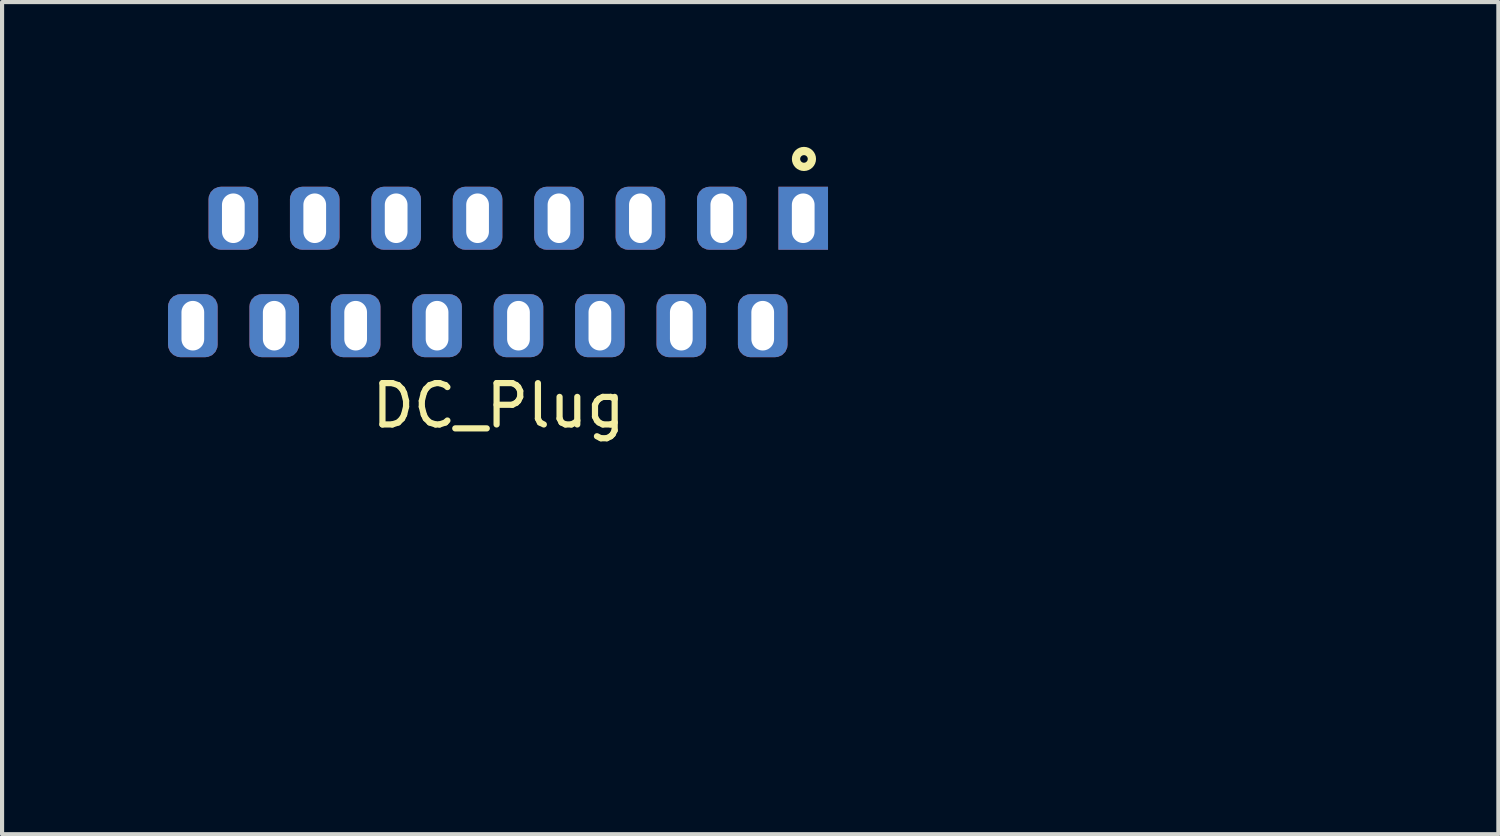
<source format=kicad_pcb>
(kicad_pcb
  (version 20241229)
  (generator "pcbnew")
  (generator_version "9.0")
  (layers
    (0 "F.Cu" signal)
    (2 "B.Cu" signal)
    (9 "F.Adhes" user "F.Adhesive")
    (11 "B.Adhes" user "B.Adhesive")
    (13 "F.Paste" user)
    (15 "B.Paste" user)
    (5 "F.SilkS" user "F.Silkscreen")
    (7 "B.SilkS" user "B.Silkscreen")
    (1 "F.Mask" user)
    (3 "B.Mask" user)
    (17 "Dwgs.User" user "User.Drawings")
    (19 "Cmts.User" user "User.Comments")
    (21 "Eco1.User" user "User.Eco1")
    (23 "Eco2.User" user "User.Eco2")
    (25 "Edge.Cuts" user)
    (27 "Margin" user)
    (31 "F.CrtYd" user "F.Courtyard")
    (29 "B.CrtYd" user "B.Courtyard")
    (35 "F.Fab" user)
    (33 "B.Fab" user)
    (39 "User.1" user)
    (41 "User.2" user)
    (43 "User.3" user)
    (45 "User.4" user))
  (footprint "DC_Plug"
    (layer "F.Cu")
    (at 9.024 3.566)
    (property "Reference" "DC_Plug" (at -0.01 3.2 0) (unlocked yes) (layer "F.SilkS") (effects (font (size 1 1) (thickness 0.15))))
    (attr through_hole)
    (fp_circle (center 7.38 -2.77) (end 7.472 -2.77) (stroke (width 0.2) (type solid)) (fill no) (layer "F.SilkS"))
    (fp_poly (pts (xy 9.92 0.199) (xy 8.928 0.199) (xy 8.928 -1.079) (xy 7.55 -1.079) (xy 7.18 -1.079) (xy 5.583 -1.079) (xy 5.213 -1.079) (xy 3.616 -1.079) (xy 3.23 -1.079) (xy 1.65 -1.079) (xy 1.263 -1.079) (xy -0.317 -1.079) (xy -0.704 -1.079) (xy -2.301 -1.079) (xy -2.671 -1.079) (xy -4.267 -1.079) (xy -4.637 -1.079) (xy -6.234 -1.079) (xy -6.604 -1.079) (xy -6.604 -1.6) (xy -6.234 -1.6) (xy -6.234 -1.079) (xy -4.637 -1.079) (xy -4.637 -1.6) (xy -4.267 -1.6) (xy -4.267 -1.079) (xy -2.671 -1.079) (xy -2.671 -1.6) (xy -2.301 -1.6) (xy -2.301 -1.079) (xy -0.704 -1.079) (xy -0.704 -1.6) (xy -0.317 -1.6) (xy -0.317 -1.079) (xy 1.263 -1.079) (xy 1.263 -1.6) (xy 1.65 -1.6) (xy 1.65 -1.079) (xy 3.23 -1.079) (xy 3.23 -1.6) (xy 3.616 -1.6) (xy 3.616 -1.079) (xy 5.213 -1.079) (xy 5.213 -1.6) (xy 5.583 -1.6) (xy 5.583 -1.079) (xy 7.18 -1.079) (xy 7.18 -1.6) (xy 7.55 -1.6) (xy 7.55 -1.079) (xy 8.928 -1.079) (xy 8.928 -3.516) (xy -8.974 -3.516) (xy -8.974 10.52) (xy 21.133 10.52) (xy 21.133 9.721) (xy 19.013 9.721) (xy 18.996 9.806) (xy 18.985 9.831) (xy 18.938 9.89) (xy 18.871 9.93) (xy 18.794 9.947) (xy 18.714 9.941) (xy 18.643 9.91) (xy 18.583 9.852) (xy 18.548 9.78) (xy 18.544 9.742) (xy 16.475 9.742) (xy 16.448 9.826) (xy 16.445 9.83) (xy 16.395 9.89) (xy 16.326 9.93) (xy 16.246 9.947) (xy 16.166 9.939) (xy 16.111 9.916) (xy 16.045 9.859) (xy 16.008 9.789) (xy 15.999 9.715) (xy 16 9.713) (xy 13.938 9.713) (xy 13.923 9.795) (xy 13.882 9.863) (xy 13.822 9.913) (xy 13.748 9.943) (xy 13.668 9.949) (xy 13.588 9.925) (xy 13.585 9.924) (xy 13.516 9.871) (xy 13.472 9.8) (xy 13.462 9.743) (xy 11.396 9.743) (xy 11.369 9.825) (xy 11.319 9.889) (xy 11.25 9.931) (xy 11.171 9.949) (xy 11.09 9.94) (xy 11.035 9.916) (xy 10.966 9.856) (xy 10.926 9.783) (xy 10.919 9.708) (xy 8.861 9.708) (xy 8.848 9.779) (xy 8.815 9.848) (xy 8.769 9.902) (xy 8.742 9.921) (xy 8.667 9.944) (xy 8.585 9.944) (xy 8.509 9.923) (xy 8.458 9.89) (xy 8.406 9.82) (xy 8.381 9.742) (xy 8.382 9.671) (xy 6.315 9.671) (xy 6.314 9.757) (xy 6.284 9.832) (xy 6.233 9.89) (xy 6.166 9.93) (xy 6.087 9.947) (xy 6.002 9.937) (xy 5.958 9.92) (xy 5.905 9.879) (xy 5.864 9.817) (xy 5.839 9.744) (xy 5.839 9.742) (xy 3.779 9.742) (xy 3.75 9.826) (xy 3.698 9.889) (xy 3.628 9.931) (xy 3.547 9.948) (xy 3.461 9.936) (xy 3.421 9.921) (xy 3.362 9.876) (xy 3.322 9.81) (xy 3.302 9.733) (xy 3.303 9.694) (xy 1.238 9.694) (xy 1.231 9.774) (xy 1.202 9.844) (xy 1.147 9.901) (xy 1.073 9.936) (xy 0.991 9.947) (xy 0.909 9.932) (xy 0.877 9.918) (xy 0.815 9.866) (xy 0.775 9.797) (xy 0.762 9.726) (xy -1.304 9.726) (xy -1.314 9.797) (xy -1.332 9.838) (xy -1.391 9.899) (xy -1.466 9.936) (xy -1.551 9.947) (xy -1.635 9.93) (xy -1.661 9.918) (xy -1.722 9.868) (xy -1.761 9.801) (xy -1.777 9.725) (xy -1.775 9.702) (xy -3.843 9.702) (xy -3.856 9.791) (xy -3.895 9.863) (xy -3.954 9.915) (xy -4.029 9.943) (xy -4.115 9.946) (xy -4.192 9.924) (xy -4.254 9.882) (xy -4.295 9.821) (xy -4.315 9.747) (xy -4.314 9.704) (xy -6.386 9.704) (xy -6.399 9.797) (xy -6.439 9.87) (xy -6.501 9.921) (xy -6.583 9.946) (xy -6.621 9.948) (xy -6.694 9.939) (xy -6.75 9.916) (xy -6.809 9.862) (xy -6.844 9.792) (xy -6.856 9.713) (xy -6.844 9.634) (xy -6.809 9.562) (xy -6.751 9.504) (xy -6.748 9.502) (xy -6.704 9.484) (xy -6.645 9.474) (xy -6.625 9.473) (xy -6.533 9.485) (xy -6.461 9.524) (xy -6.412 9.585) (xy -6.388 9.668) (xy -6.386 9.704) (xy -4.314 9.704) (xy -4.314 9.67) (xy -4.29 9.595) (xy -4.245 9.531) (xy -4.209 9.502) (xy -4.165 9.484) (xy -4.106 9.474) (xy -4.086 9.473) (xy -3.995 9.486) (xy -3.923 9.525) (xy -3.871 9.587) (xy -3.846 9.668) (xy -3.843 9.702) (xy -1.775 9.702) (xy -1.77 9.648) (xy -1.741 9.576) (xy -1.69 9.519) (xy -1.653 9.496) (xy -1.574 9.474) (xy -1.493 9.476) (xy -1.417 9.502) (xy -1.357 9.547) (xy -1.331 9.583) (xy -1.31 9.65) (xy -1.304 9.726) (xy 0.762 9.726) (xy 0.761 9.716) (xy 0.773 9.632) (xy 0.788 9.596) (xy 0.837 9.533) (xy 0.906 9.492) (xy 0.987 9.473) (xy 1.071 9.481) (xy 1.126 9.502) (xy 1.183 9.549) (xy 1.221 9.616) (xy 1.238 9.694) (xy 3.303 9.694) (xy 3.305 9.653) (xy 3.332 9.578) (xy 3.337 9.571) (xy 3.391 9.518) (xy 3.463 9.485) (xy 3.545 9.474) (xy 3.627 9.486) (xy 3.664 9.502) (xy 3.716 9.545) (xy 3.756 9.609) (xy 3.778 9.682) (xy 3.779 9.742) (xy 5.839 9.742) (xy 5.836 9.708) (xy 5.849 9.626) (xy 5.885 9.561) (xy 5.938 9.513) (xy 6.004 9.484) (xy 6.075 9.473) (xy 6.147 9.482) (xy 6.213 9.509) (xy 6.267 9.557) (xy 6.304 9.626) (xy 6.315 9.671) (xy 8.382 9.671) (xy 8.383 9.663) (xy 8.409 9.59) (xy 8.458 9.529) (xy 8.529 9.487) (xy 8.552 9.48) (xy 8.639 9.471) (xy 8.719 9.491) (xy 8.786 9.536) (xy 8.835 9.599) (xy 8.859 9.678) (xy 8.861 9.708) (xy 10.919 9.708) (xy 10.918 9.7) (xy 10.941 9.61) (xy 10.942 9.607) (xy 10.99 9.535) (xy 11.058 9.49) (xy 11.144 9.473) (xy 11.156 9.472) (xy 11.243 9.487) (xy 11.315 9.527) (xy 11.366 9.587) (xy 11.394 9.66) (xy 11.396 9.743) (xy 13.462 9.743) (xy 13.457 9.718) (xy 13.472 9.63) (xy 13.481 9.606) (xy 13.527 9.538) (xy 13.588 9.494) (xy 13.657 9.473) (xy 13.73 9.475) (xy 13.801 9.497) (xy 13.862 9.538) (xy 13.909 9.597) (xy 13.935 9.672) (xy 13.938 9.713) (xy 16 9.713) (xy 16.013 9.622) (xy 16.053 9.549) (xy 16.115 9.499) (xy 16.197 9.474) (xy 16.233 9.472) (xy 16.32 9.487) (xy 16.391 9.527) (xy 16.443 9.586) (xy 16.472 9.66) (xy 16.475 9.742) (xy 18.544 9.742) (xy 18.538 9.701) (xy 18.553 9.623) (xy 18.591 9.553) (xy 18.651 9.502) (xy 18.713 9.48) (xy 18.787 9.473) (xy 18.859 9.482) (xy 18.906 9.502) (xy 18.966 9.56) (xy 19.002 9.636) (xy 19.013 9.721) (xy 21.133 9.721) (xy 21.133 7.679) (xy 18.241 7.679) (xy 17.754 7.679) (xy 16.241 7.679) (xy 15.753 7.679) (xy 14.24 7.679) (xy 13.753 7.679) (xy 13.753 7.393) (xy 14.24 7.393) (xy 14.24 7.679) (xy 15.753 7.679) (xy 15.753 7.393) (xy 16.241 7.393) (xy 16.241 7.679) (xy 17.754 7.679) (xy 17.754 7.393) (xy 18.241 7.393) (xy 18.241 7.679) (xy 21.133 7.679) (xy 21.133 6.662) (xy 20.99 6.668) (xy 20.847 6.673) (xy 20.847 6.273) (xy 11.147 6.273) (xy 11.147 6.382) (xy 11.146 6.479) (xy 11.143 6.561) (xy 11.141 6.621) (xy 11.138 6.654) (xy 11.136 6.659) (xy 11.116 6.663) (xy 11.069 6.667) (xy 11.001 6.669) (xy 10.92 6.671) (xy 10.901 6.671) (xy 10.677 6.671) (xy 10.677 5.897) (xy 11.147 5.897) (xy 11.147 6.273) (xy 20.847 6.273) (xy 20.847 5.897) (xy 21.133 5.897) (xy 21.133 5.174) (xy 18.241 5.174) (xy 17.754 5.174) (xy 16.241 5.174) (xy 15.753 5.174) (xy 14.24 5.174) (xy 13.753 5.174) (xy 13.753 4.889) (xy 14.24 4.889) (xy 14.24 5.174) (xy 15.753 5.174) (xy 15.753 4.889) (xy 16.241 4.889) (xy 16.241 5.174) (xy 17.754 5.174) (xy 17.754 4.889) (xy 18.241 4.889) (xy 18.241 5.174) (xy 21.133 5.174) (xy 21.133 1.51) (xy 6.575 1.51) (xy 6.188 1.51) (xy 4.608 1.51) (xy 4.222 1.51) (xy 2.625 1.51) (xy 2.255 1.51) (xy 0.658 1.51) (xy 0.288 1.51) (xy -1.309 1.51) (xy -1.696 1.51) (xy -3.276 1.51) (xy -3.662 1.51) (xy -5.242 1.51) (xy -5.629 1.51) (xy -7.209 1.51) (xy -7.596 1.51) (xy -7.596 1.006) (xy -7.209 1.006) (xy -7.209 1.51) (xy -5.629 1.51) (xy -5.629 1.006) (xy -5.242 1.006) (xy -5.242 1.51) (xy -3.662 1.51) (xy -3.662 1.006) (xy -3.276 1.006) (xy -3.276 1.51) (xy -1.696 1.51) (xy -1.696 1.006) (xy -1.309 1.006) (xy -1.309 1.51) (xy 0.288 1.51) (xy 0.288 1.006) (xy 0.658 1.006) (xy 0.658 1.51) (xy 2.255 1.51) (xy 2.255 1.006) (xy 2.625 1.006) (xy 2.625 1.51) (xy 4.222 1.51) (xy 4.222 1.006) (xy 4.608 1.006) (xy 4.608 1.51) (xy 6.188 1.51) (xy 6.188 1.006) (xy 6.575 1.006) (xy 6.575 1.51) (xy 21.133 1.51) (xy 21.133 0.451) (xy 18.241 0.451) (xy 17.754 0.451) (xy 16.241 0.451) (xy 15.753 0.451) (xy 14.24 0.451) (xy 13.753 0.451) (xy 13.753 0.165) (xy 14.24 0.165) (xy 14.24 0.451) (xy 15.753 0.451) (xy 15.753 0.165) (xy 16.241 0.165) (xy 16.241 0.451) (xy 17.754 0.451) (xy 17.754 0.165) (xy 18.241 0.165) (xy 18.241 0.451) (xy 21.133 0.451) (xy 21.133 -0.558) (xy 20.847 -0.558) (xy 11.147 -0.558) (xy 10.677 -0.558) (xy 10.677 -1.314) (xy 11.147 -1.314) (xy 11.147 -0.558) (xy 20.847 -0.558) (xy 20.847 -1.314) (xy 21.133 -1.314) (xy 21.133 -2.054) (xy 18.241 -2.054) (xy 17.754 -2.054) (xy 16.241 -2.054) (xy 15.753 -2.054) (xy 14.24 -2.054) (xy 13.753 -2.054) (xy 13.753 -2.323) (xy 14.24 -2.323) (xy 14.24 -2.054) (xy 15.753 -2.054) (xy 15.753 -2.323) (xy 16.241 -2.323) (xy 16.241 -2.054) (xy 17.754 -2.054) (xy 17.754 -2.323) (xy 18.241 -2.323) (xy 18.241 -2.054) (xy 21.133 -2.054) (xy 21.133 -3.516) (xy 9.92 -3.516)) (stroke (width 0.1) (type solid)) (fill no) (layer "Eco1.User"))
    (pad "1" thru_hole rect (at 7.362 -1.335) (size 1.2 1.524) (drill oval 0.55 1.2) (layers "*.Cu" "*.Mask"))
    (pad "2" thru_hole roundrect (at 6.382 1.265) (size 1.2 1.524) (drill oval 0.55 1.2) (layers "*.Cu" "*.Mask") (roundrect_rratio 0.25))
    (pad "3" thru_hole roundrect (at 5.392 -1.335) (size 1.2 1.524) (drill oval 0.55 1.2) (layers "*.Cu" "*.Mask") (roundrect_rratio 0.25))
    (pad "4" thru_hole roundrect (at 4.412 1.265) (size 1.2 1.524) (drill oval 0.55 1.2) (layers "*.Cu" "*.Mask") (roundrect_rratio 0.25))
    (pad "5" thru_hole roundrect (at 3.422 -1.335) (size 1.2 1.524) (drill oval 0.55 1.2) (layers "*.Cu" "*.Mask") (roundrect_rratio 0.25))
    (pad "6" thru_hole roundrect (at 2.442 1.265) (size 1.2 1.524) (drill oval 0.55 1.2) (layers "*.Cu" "*.Mask") (roundrect_rratio 0.25))
    (pad "7" thru_hole roundrect (at 1.452 -1.335) (size 1.2 1.524) (drill oval 0.55 1.2) (layers "*.Cu" "*.Mask") (roundrect_rratio 0.25))
    (pad "8" thru_hole roundrect (at 0.472 1.265) (size 1.2 1.524) (drill oval 0.55 1.2) (layers "*.Cu" "*.Mask") (roundrect_rratio 0.25))
    (pad "9" thru_hole roundrect (at -0.518 -1.335) (size 1.2 1.524) (drill oval 0.55 1.2) (layers "*.Cu" "*.Mask") (roundrect_rratio 0.25))
    (pad "10" thru_hole roundrect (at -1.498 1.265) (size 1.2 1.524) (drill oval 0.55 1.2) (layers "*.Cu" "*.Mask") (roundrect_rratio 0.25))
    (pad "11" thru_hole roundrect (at -2.488 -1.335) (size 1.2 1.524) (drill oval 0.55 1.2) (layers "*.Cu" "*.Mask") (roundrect_rratio 0.25))
    (pad "12" thru_hole roundrect (at -3.468 1.265) (size 1.2 1.524) (drill oval 0.55 1.2) (layers "*.Cu" "*.Mask") (roundrect_rratio 0.25))
    (pad "13" thru_hole roundrect (at -4.458 -1.335) (size 1.2 1.524) (drill oval 0.55 1.2) (layers "*.Cu" "*.Mask") (roundrect_rratio 0.25))
    (pad "14" thru_hole roundrect (at -5.438 1.265) (size 1.2 1.524) (drill oval 0.55 1.2) (layers "*.Cu" "*.Mask") (roundrect_rratio 0.25))
    (pad "15" thru_hole roundrect (at -6.428 -1.335) (size 1.2 1.524) (drill oval 0.55 1.2) (layers "*.Cu" "*.Mask") (roundrect_rratio 0.25))
    (pad "16" thru_hole roundrect (at -7.408 1.265) (size 1.2 1.524) (drill oval 0.55 1.2) (layers "*.Cu" "*.Mask") (roundrect_rratio 0.25)))
  (gr_rect
    (start -3 -3)
    (end 33.207 17.136)
    (stroke (width 0.1) (type default))
    (fill no)
    (layer "Edge.Cuts")))
</source>
